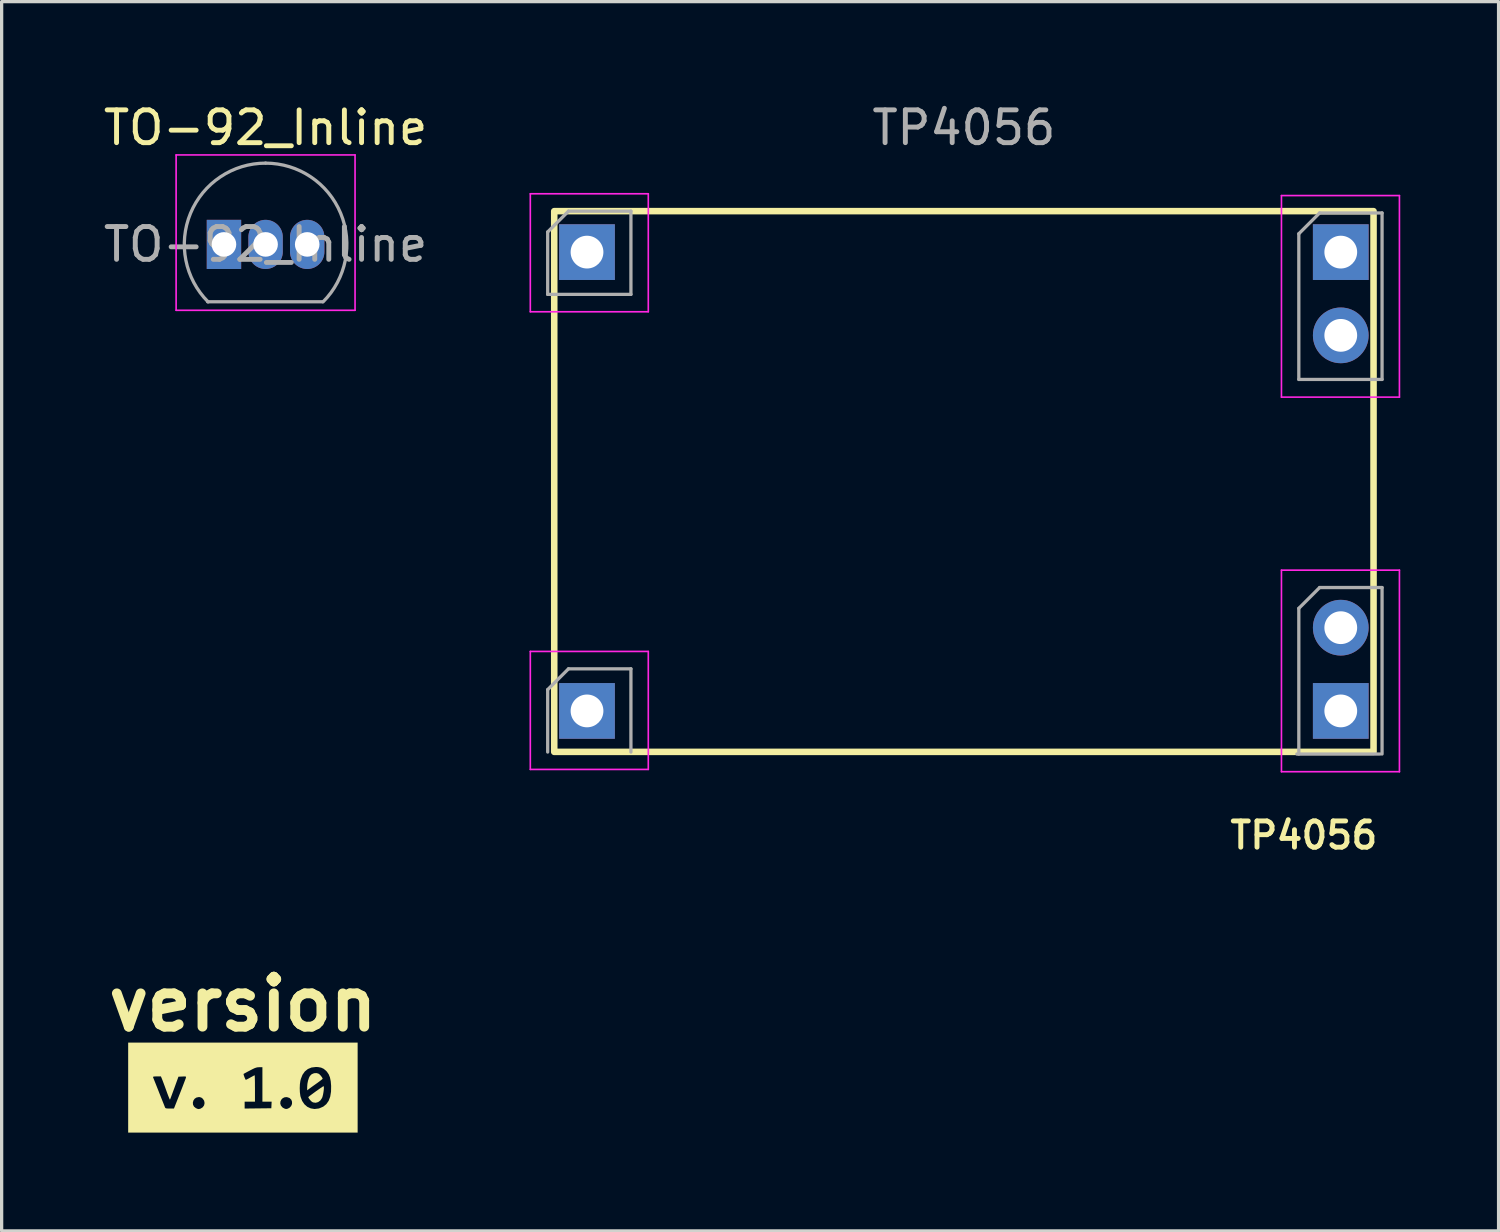
<source format=kicad_pcb>
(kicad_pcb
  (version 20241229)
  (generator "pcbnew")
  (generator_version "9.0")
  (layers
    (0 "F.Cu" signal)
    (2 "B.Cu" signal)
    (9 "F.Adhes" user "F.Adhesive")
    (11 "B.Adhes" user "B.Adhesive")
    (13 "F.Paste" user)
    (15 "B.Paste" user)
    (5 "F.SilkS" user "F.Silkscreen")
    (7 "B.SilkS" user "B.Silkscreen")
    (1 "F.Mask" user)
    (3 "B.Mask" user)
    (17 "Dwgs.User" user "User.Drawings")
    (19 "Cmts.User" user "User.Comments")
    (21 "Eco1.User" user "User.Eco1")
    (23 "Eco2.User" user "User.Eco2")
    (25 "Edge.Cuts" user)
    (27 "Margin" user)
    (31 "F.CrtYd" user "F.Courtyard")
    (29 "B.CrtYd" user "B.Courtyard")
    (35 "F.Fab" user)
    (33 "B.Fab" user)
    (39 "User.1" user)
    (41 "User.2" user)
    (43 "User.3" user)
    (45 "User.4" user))
  (footprint "TO-92_Inline"
    (layer "F.Cu")
    (at 3.784 4.408)
    (property "Reference" "TO-92_Inline" (at 1.27 -3.56 0) (layer "F.SilkS") (effects (font (size 1 1) (thickness 0.15))))
    (attr through_hole)
    (fp_line (start -1.46 -2.73) (end -1.46 2.01) (stroke (width 0.05) (type solid)) (layer "F.CrtYd"))
    (fp_line (start -1.46 -2.73) (end 4 -2.73) (stroke (width 0.05) (type solid)) (layer "F.CrtYd"))
    (fp_line (start 4 2.01) (end -1.46 2.01) (stroke (width 0.05) (type solid)) (layer "F.CrtYd"))
    (fp_line (start 4 2.01) (end 4 -2.73) (stroke (width 0.05) (type solid)) (layer "F.CrtYd"))
    (fp_line (start -0.5 1.75) (end 3 1.75) (stroke (width 0.1) (type solid)) (layer "F.Fab"))
    (fp_arc (start -0.483625 1.753625) (mid -1.021221 -0.949055) (end 1.27 -2.48) (stroke (width 0.1) (type solid)) (layer "F.Fab"))
    (fp_arc (start 1.27 -2.48) (mid 3.561221 -0.949055) (end 3.023625 1.753625) (stroke (width 0.1) (type solid)) (layer "F.Fab"))
    (fp_text user "${REFERENCE}" (at 1.27 0 0) (layer "F.Fab") (effects (font (size 1 1) (thickness 0.15))))
    (pad "1" thru_hole rect (at 0 0) (size 1.05 1.5) (drill 0.75) (layers "*.Cu" "*.Mask"))
    (pad "2" thru_hole oval (at 1.27 0) (size 1.05 1.5) (drill 0.75) (layers "*.Cu" "*.Mask"))
    (pad "3" thru_hole oval (at 2.54 0) (size 1.05 1.5) (drill 0.75) (layers "*.Cu" "*.Mask")))
  (footprint "version"
    (layer "F.Cu")
    (at 4.362 30.128)
    (property "Reference" "version" (at 0 -2.54 0) (layer "F.SilkS") (effects (font (size 1.524 1.524) (thickness 0.3))))
    (attr board_only exclude_from_pos_files exclude_from_bom)
    (fp_poly (pts (xy 2.31 -0.415) (xy 2.343 -0.39) (xy 2.38 -0.35) (xy 2.413 -0.306) (xy 2.432 -0.27) (xy 2.433 -0.262) (xy 2.42 -0.247) (xy 2.383 -0.217) (xy 2.328 -0.175) (xy 2.261 -0.126) (xy 2.254 -0.121) (xy 2.179 -0.068) (xy 2.109 -0.018) (xy 2.053 0.023) (xy 2.017 0.049) (xy 1.961 0.092) (xy 1.961 -0.012) (xy 1.968 -0.106) (xy 1.987 -0.203) (xy 2.016 -0.29) (xy 2.044 -0.345) (xy 2.099 -0.4) (xy 2.171 -0.43) (xy 2.249 -0.434)) (stroke (width 0) (type solid)) (fill yes) (layer "F.SilkS"))
    (fp_poly (pts (xy 2.469 -0.019) (xy 2.471 0.022) (xy 2.467 0.081) (xy 2.458 0.149) (xy 2.446 0.218) (xy 2.431 0.279) (xy 2.415 0.325) (xy 2.415 0.325) (xy 2.363 0.402) (xy 2.296 0.451) (xy 2.221 0.472) (xy 2.143 0.461) (xy 2.119 0.45) (xy 2.087 0.426) (xy 2.05 0.387) (xy 2.018 0.345) (xy 1.998 0.31) (xy 1.996 0.299) (xy 2.009 0.286) (xy 2.046 0.257) (xy 2.099 0.217) (xy 2.164 0.169) (xy 2.234 0.118) (xy 2.304 0.069) (xy 2.367 0.024) (xy 2.418 -0.01) (xy 2.451 -0.031) (xy 2.46 -0.035)) (stroke (width 0) (type solid)) (fill yes) (layer "F.SilkS"))
    (fp_poly (pts (xy 3.501 1.383) (xy -3.501 1.383) (xy -3.501 -0.315) (xy -2.744 -0.315) (xy -2.743 -0.311) (xy -2.725 -0.265) (xy -2.698 -0.197) (xy -2.663 -0.11) (xy -2.624 -0.011) (xy -2.582 0.095) (xy -2.539 0.204) (xy -2.497 0.31) (xy -2.458 0.408) (xy -2.424 0.493) (xy -2.398 0.559) (xy -2.381 0.603) (xy -2.375 0.617) (xy -2.364 0.633) (xy -2.338 0.643) (xy -2.292 0.647) (xy -2.234 0.648) (xy -2.104 0.648) (xy -2.032 0.466) (xy -1.527 0.466) (xy -1.522 0.53) (xy -1.493 0.588) (xy -1.438 0.633) (xy -1.435 0.635) (xy -1.384 0.658) (xy -1.346 0.664) (xy -1.305 0.654) (xy -1.289 0.649) (xy -1.225 0.608) (xy -1.184 0.549) (xy -1.17 0.48) (xy -1.183 0.41) (xy -1.224 0.349) (xy -1.272 0.312) (xy -1.326 0.298) (xy -1.346 0.298) (xy -1.417 0.312) (xy -1.473 0.349) (xy -1.51 0.403) (xy -1.527 0.466) (xy -2.032 0.466) (xy -1.927 0.2) (xy -1.88 0.08) (xy -1.837 -0.031) (xy -1.8 -0.128) (xy -1.77 -0.207) (xy -1.749 -0.262) (xy -1.74 -0.291) (xy -1.74 -0.291) (xy -1.735 -0.314) (xy -1.741 -0.326) (xy -1.764 -0.331) (xy -1.812 -0.331) (xy -1.848 -0.329) (xy -1.967 -0.324) (xy -2.092 0.022) (xy -2.13 0.125) (xy -2.164 0.217) (xy -2.192 0.293) (xy -2.213 0.347) (xy -2.225 0.374) (xy -2.226 0.376) (xy -2.235 0.364) (xy -2.253 0.323) (xy -2.278 0.26) (xy -2.309 0.179) (xy -2.337 0.101) (xy -2.373 0.001) (xy -2.408 -0.093) (xy -2.438 -0.173) (xy -2.461 -0.233) (xy -2.471 -0.258) (xy -2.502 -0.333) (xy -2.627 -0.333) (xy -2.695 -0.331) (xy -2.732 -0.325) (xy -2.744 -0.315) (xy -3.501 -0.315) (xy -3.501 -0.409) (xy 0.02 -0.409) (xy 0.021 -0.391) (xy 0.032 -0.353) (xy 0.049 -0.306) (xy 0.068 -0.262) (xy 0.083 -0.233) (xy 0.089 -0.228) (xy 0.109 -0.236) (xy 0.152 -0.257) (xy 0.208 -0.288) (xy 0.225 -0.298) (xy 0.284 -0.33) (xy 0.33 -0.355) (xy 0.356 -0.367) (xy 0.358 -0.368) (xy 0.361 -0.351) (xy 0.363 -0.304) (xy 0.365 -0.232) (xy 0.367 -0.14) (xy 0.367 -0.032) (xy 0.368 0.035) (xy 0.368 0.438) (xy 0.053 0.438) (xy 0.053 0.648) (xy 0.867 0.639) (xy 0.872 0.538) (xy 0.874 0.493) (xy 1.14 0.493) (xy 1.158 0.554) (xy 1.204 0.611) (xy 1.224 0.625) (xy 1.288 0.658) (xy 1.346 0.66) (xy 1.409 0.632) (xy 1.42 0.625) (xy 1.471 0.573) (xy 1.498 0.509) (xy 1.499 0.441) (xy 1.476 0.378) (xy 1.428 0.33) (xy 1.416 0.323) (xy 1.342 0.299) (xy 1.274 0.304) (xy 1.216 0.331) (xy 1.172 0.376) (xy 1.146 0.431) (xy 1.14 0.493) (xy 0.874 0.493) (xy 0.877 0.438) (xy 0.595 0.438) (xy 0.595 0.026) (xy 1.734 0.026) (xy 1.738 0.147) (xy 1.752 0.254) (xy 1.76 0.29) (xy 1.808 0.416) (xy 1.877 0.518) (xy 1.965 0.595) (xy 2.069 0.643) (xy 2.184 0.662) (xy 2.307 0.648) (xy 2.336 0.64) (xy 2.453 0.589) (xy 2.546 0.513) (xy 2.617 0.412) (xy 2.664 0.285) (xy 2.689 0.131) (xy 2.692 -0.043) (xy 2.68 -0.186) (xy 2.656 -0.302) (xy 2.618 -0.396) (xy 2.564 -0.475) (xy 2.536 -0.505) (xy 2.464 -0.565) (xy 2.385 -0.601) (xy 2.29 -0.618) (xy 2.223 -0.62) (xy 2.093 -0.604) (xy 1.982 -0.558) (xy 1.89 -0.484) (xy 1.818 -0.382) (xy 1.767 -0.252) (xy 1.753 -0.196) (xy 1.739 -0.093) (xy 1.734 0.026) (xy 0.595 0.026) (xy 0.595 -0.613) (xy 0.498 -0.613) (xy 0.452 -0.611) (xy 0.408 -0.602) (xy 0.359 -0.585) (xy 0.297 -0.556) (xy 0.214 -0.513) (xy 0.141 -0.475) (xy 0.08 -0.442) (xy 0.038 -0.419) (xy 0.02 -0.409) (xy 0.02 -0.409) (xy -3.501 -0.409) (xy -3.501 -1.365) (xy 3.501 -1.365)) (stroke (width 0) (type solid)) (fill yes) (layer "F.SilkS")))
  (footprint "TP4056"
    (layer "F.Cu")
    (at 26.362 11.643)
    (property "Reference" "TP4056" (at 12.7 10.795 0) (unlocked yes) (layer "F.SilkS") (effects (font (size 0.8 0.8) (thickness 0.15)) (justify right)))
    (attr through_hole)
    (fp_rect (start -12.5 -8.25) (end 12.5 8.25) (stroke (width 0.2) (type solid)) (fill no) (layer "F.SilkS"))
    (fp_line (start -13.23 -8.78) (end -13.23 -5.18) (stroke (width 0.05) (type solid)) (layer "F.CrtYd"))
    (fp_line (start -13.23 -5.18) (end -9.63 -5.18) (stroke (width 0.05) (type solid)) (layer "F.CrtYd"))
    (fp_line (start -13.23 5.185) (end -13.23 8.785) (stroke (width 0.05) (type solid)) (layer "F.CrtYd"))
    (fp_line (start -13.23 8.785) (end -9.63 8.785) (stroke (width 0.05) (type solid)) (layer "F.CrtYd"))
    (fp_line (start -9.63 -8.78) (end -13.23 -8.78) (stroke (width 0.05) (type solid)) (layer "F.CrtYd"))
    (fp_line (start -9.63 -5.18) (end -9.63 -8.78) (stroke (width 0.05) (type solid)) (layer "F.CrtYd"))
    (fp_line (start -9.63 5.185) (end -13.23 5.185) (stroke (width 0.05) (type solid)) (layer "F.CrtYd"))
    (fp_line (start -9.63 8.785) (end -9.63 5.185) (stroke (width 0.05) (type solid)) (layer "F.CrtYd"))
    (fp_line (start 9.69 -8.725) (end 9.69 -2.575) (stroke (width 0.05) (type solid)) (layer "F.CrtYd"))
    (fp_line (start 9.69 -2.575) (end 13.29 -2.575) (stroke (width 0.05) (type solid)) (layer "F.CrtYd"))
    (fp_line (start 9.69 2.705) (end 9.69 8.855) (stroke (width 0.05) (type solid)) (layer "F.CrtYd"))
    (fp_line (start 9.69 8.855) (end 13.29 8.855) (stroke (width 0.05) (type solid)) (layer "F.CrtYd"))
    (fp_line (start 13.29 -8.725) (end 9.69 -8.725) (stroke (width 0.05) (type solid)) (layer "F.CrtYd"))
    (fp_line (start 13.29 -2.575) (end 13.29 -8.725) (stroke (width 0.05) (type solid)) (layer "F.CrtYd"))
    (fp_line (start 13.29 2.705) (end 9.69 2.705) (stroke (width 0.05) (type solid)) (layer "F.CrtYd"))
    (fp_line (start 13.29 8.855) (end 13.29 2.705) (stroke (width 0.05) (type solid)) (layer "F.CrtYd"))
    (fp_line (start -12.7 -7.615) (end -12.065 -8.25) (stroke (width 0.1) (type solid)) (layer "F.Fab"))
    (fp_line (start -12.7 -5.71) (end -12.7 -7.615) (stroke (width 0.1) (type solid)) (layer "F.Fab"))
    (fp_line (start -12.7 6.35) (end -12.065 5.715) (stroke (width 0.1) (type solid)) (layer "F.Fab"))
    (fp_line (start -12.7 8.255) (end -12.7 6.35) (stroke (width 0.1) (type solid)) (layer "F.Fab"))
    (fp_line (start -12.065 -8.25) (end -10.16 -8.25) (stroke (width 0.1) (type solid)) (layer "F.Fab"))
    (fp_line (start -12.065 5.715) (end -10.16 5.715) (stroke (width 0.1) (type solid)) (layer "F.Fab"))
    (fp_line (start -10.16 -8.25) (end -10.16 -5.71) (stroke (width 0.1) (type solid)) (layer "F.Fab"))
    (fp_line (start -10.16 -5.71) (end -12.7 -5.71) (stroke (width 0.1) (type solid)) (layer "F.Fab"))
    (fp_line (start -10.16 5.715) (end -10.16 8.255) (stroke (width 0.1) (type solid)) (layer "F.Fab"))
    (fp_line (start 10.22 -7.56) (end 10.855 -8.195) (stroke (width 0.1) (type solid)) (layer "F.Fab"))
    (fp_line (start 10.22 -3.115) (end 10.22 -7.56) (stroke (width 0.1) (type solid)) (layer "F.Fab"))
    (fp_line (start 10.22 3.87) (end 10.855 3.235) (stroke (width 0.1) (type solid)) (layer "F.Fab"))
    (fp_line (start 10.22 8.315) (end 10.22 3.87) (stroke (width 0.1) (type solid)) (layer "F.Fab"))
    (fp_line (start 10.855 -8.195) (end 12.76 -8.195) (stroke (width 0.1) (type solid)) (layer "F.Fab"))
    (fp_line (start 10.855 3.235) (end 12.76 3.235) (stroke (width 0.1) (type solid)) (layer "F.Fab"))
    (fp_line (start 12.7 8.315) (end 10.16 8.315) (stroke (width 0.1) (type solid)) (layer "F.Fab"))
    (fp_line (start 12.76 -8.195) (end 12.76 -3.115) (stroke (width 0.1) (type solid)) (layer "F.Fab"))
    (fp_line (start 12.76 -3.115) (end 10.22 -3.115) (stroke (width 0.1) (type solid)) (layer "F.Fab"))
    (fp_line (start 12.76 3.235) (end 12.76 8.315) (stroke (width 0.1) (type solid)) (layer "F.Fab"))
    (fp_text user "${REFERENCE}" (at 0 -10.795 0) (unlocked yes) (layer "F.Fab") (effects (font (size 1 1) (thickness 0.15))))
    (pad "1" thru_hole rect (at -11.5 -7) (size 1.7 1.7) (drill 1) (layers "*.Cu" "*.Mask"))
    (pad "2" thru_hole rect (at -11.5 7) (size 1.7 1.7) (drill 1) (layers "*.Cu" "*.Mask"))
    (pad "3" thru_hole rect (at 11.5 -7) (size 1.7 1.7) (drill 1) (layers "*.Cu" "*.Mask"))
    (pad "4" thru_hole oval (at 11.5 -4.46) (size 1.7 1.7) (drill 1) (layers "*.Cu" "*.Mask"))
    (pad "5" thru_hole circle (at 11.5 4.46) (size 1.7 1.7) (drill 1) (layers "*.Cu" "*.Mask"))
    (pad "6" thru_hole rect (at 11.5 7) (size 1.7 1.7) (drill 1) (layers "*.Cu" "*.Mask")))
  (gr_rect
    (start -3 -3)
    (end 42.677 34.51)
    (stroke (width 0.1) (type default))
    (fill no)
    (layer "Edge.Cuts")))
</source>
